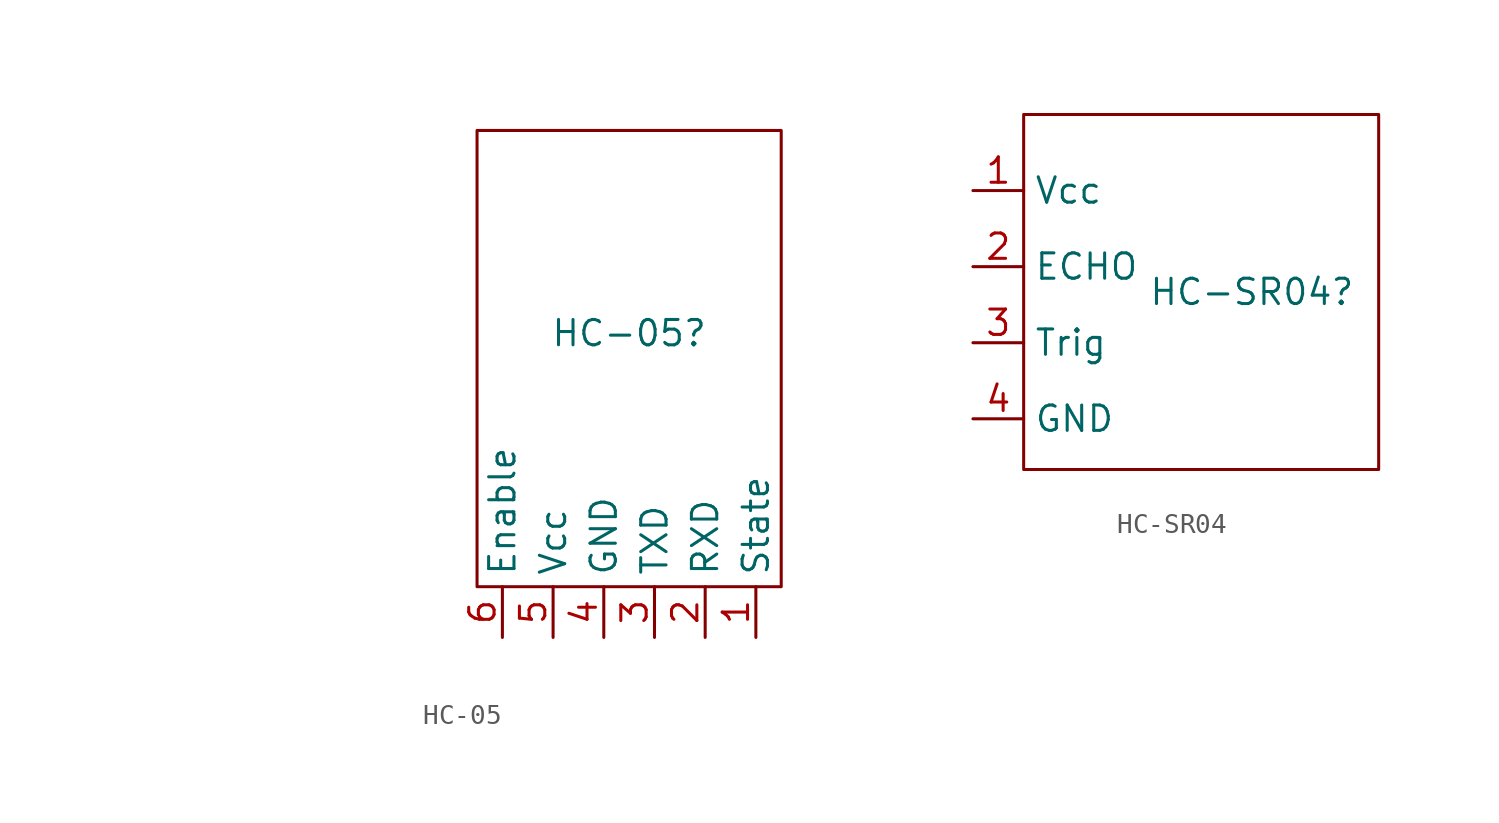
<source format=kicad_sym>
(kicad_symbol_lib
  (version 20220914)
  (generator kicad_symbol_editor)
  (symbol "HC-05"
    (property "Reference" "HC-05"
      (at 0 3.81 0)
      (effects (font (size 1.27 1.27))))
    (property "Value" ""
      (at -24.13 0 0)
      (effects (font (size 1.27 1.27))))
    (symbol "HC-05_0_1"
      (rectangle (start -7.62 13.97) (end 7.62 -8.89) (stroke (width 0) (type default)) (fill (type none))))
    (symbol "HC-05_1_1"
      (pin power_in line (at 6.35 -11.43 90) (length 2.54) (name "State" (effects (font (size 1.27 1.27)))) (number "1" (effects (font (size 1.27 1.27)))))
      (pin power_in line (at 3.81 -11.43 90) (length 2.54) (name "RXD" (effects (font (size 1.27 1.27)))) (number "2" (effects (font (size 1.27 1.27)))))
      (pin power_in line (at 1.27 -11.43 90) (length 2.54) (name "TXD" (effects (font (size 1.27 1.27)))) (number "3" (effects (font (size 1.27 1.27)))))
      (pin power_in line (at -1.27 -11.43 90) (length 2.54) (name "GND" (effects (font (size 1.27 1.27)))) (number "4" (effects (font (size 1.27 1.27)))))
      (pin power_in line (at -3.81 -11.43 90) (length 2.54) (name "Vcc" (effects (font (size 1.27 1.27)))) (number "5" (effects (font (size 1.27 1.27)))))
      (pin power_in line (at -6.35 -11.43 90) (length 2.54) (name "Enable" (effects (font (size 1.27 1.27)))) (number "6" (effects (font (size 1.27 1.27)))))))
  (symbol "HC-SR04"
    (property "Reference" "HC-SR04"
      (at 2.54 -5.08 0)
      (effects (font (size 1.27 1.27))))
    (property "Value" ""
      (at 0 0 0)
      (effects (font (size 1.27 1.27))))
    (symbol "HC-SR04_0_1"
      (rectangle (start -8.89 3.81) (end 8.89 -13.97) (stroke (width 0) (type default)) (fill (type none))))
    (symbol "HC-SR04_1_1"
      (pin power_in line (at -11.43 0 0) (length 2.54) (name "Vcc" (effects (font (size 1.27 1.27)))) (number "1" (effects (font (size 1.27 1.27)))))
      (pin output line (at -11.43 -3.81 0) (length 2.54) (name "ECHO" (effects (font (size 1.27 1.27)))) (number "2" (effects (font (size 1.27 1.27)))))
      (pin input line (at -11.43 -7.62 0) (length 2.54) (name "Trig" (effects (font (size 1.27 1.27)))) (number "3" (effects (font (size 1.27 1.27)))))
      (pin passive line (at -11.43 -11.43 0) (length 2.54) (name "GND" (effects (font (size 1.27 1.27)))) (number "4" (effects (font (size 1.27 1.27))))))))
</source>
